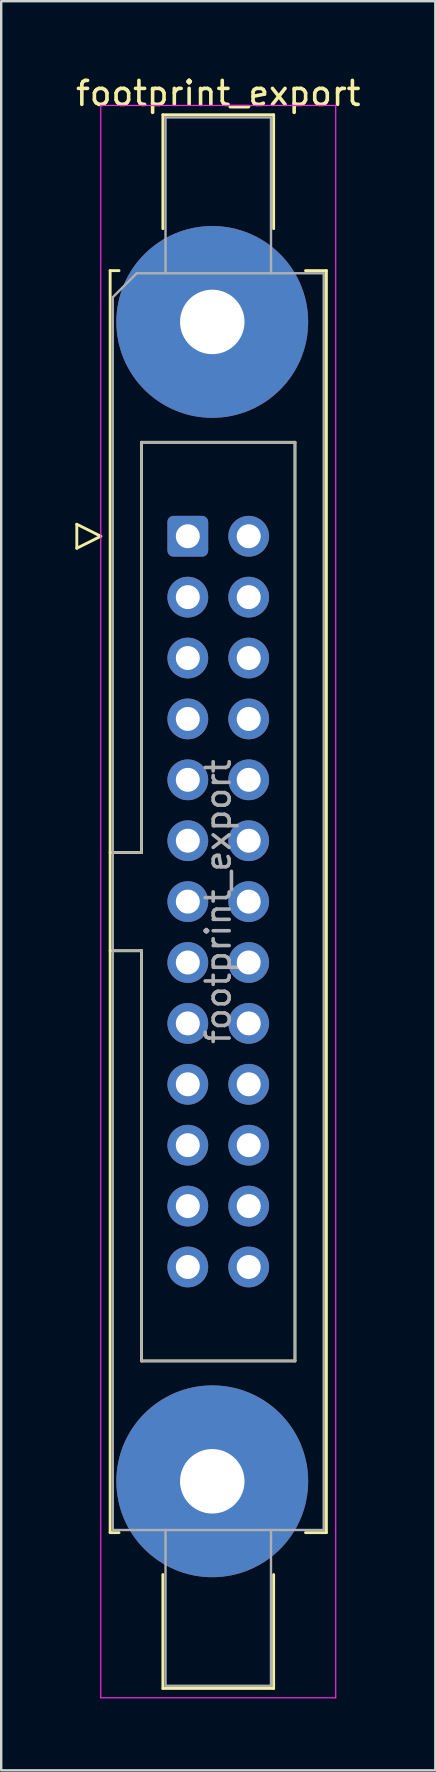
<source format=kicad_pcb>
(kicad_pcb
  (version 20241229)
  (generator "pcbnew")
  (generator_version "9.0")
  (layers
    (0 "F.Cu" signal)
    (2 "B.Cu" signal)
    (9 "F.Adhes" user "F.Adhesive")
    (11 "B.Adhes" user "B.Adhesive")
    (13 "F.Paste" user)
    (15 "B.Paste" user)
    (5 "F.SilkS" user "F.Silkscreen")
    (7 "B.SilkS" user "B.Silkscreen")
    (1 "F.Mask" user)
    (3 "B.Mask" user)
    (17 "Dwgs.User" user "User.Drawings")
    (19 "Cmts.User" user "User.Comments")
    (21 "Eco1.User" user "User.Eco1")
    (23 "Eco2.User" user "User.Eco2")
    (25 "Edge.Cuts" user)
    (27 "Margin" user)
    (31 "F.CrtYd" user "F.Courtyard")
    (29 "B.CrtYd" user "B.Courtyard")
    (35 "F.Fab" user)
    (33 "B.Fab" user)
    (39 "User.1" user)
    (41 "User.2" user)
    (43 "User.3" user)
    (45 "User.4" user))
  (footprint "footprint_export"
    (layer "F.Cu")
    (at 4.784 19.318)
    (property "Reference" "footprint_export" (at 1.27 -18.47 0) (layer "F.SilkS") (effects (font (size 1 1) (thickness 0.15))))
    (attr through_hole)
    (fp_line (start -4.63 -0.5) (end -4.63 0.5) (stroke (width 0.12) (type solid)) (layer "F.SilkS"))
    (fp_line (start -4.63 0.5) (end -3.63 0) (stroke (width 0.12) (type solid)) (layer "F.SilkS"))
    (fp_line (start -3.63 0) (end -4.63 -0.5) (stroke (width 0.12) (type solid)) (layer "F.SilkS"))
    (fp_line (start -3.24 -11.08) (end -3.24 41.56) (stroke (width 0.12) (type solid)) (layer "F.SilkS"))
    (fp_line (start -3.24 13.19) (end -1.93 13.19) (stroke (width 0.12) (type solid)) (layer "F.SilkS"))
    (fp_line (start -3.24 41.56) (end -2.87 41.56) (stroke (width 0.12) (type solid)) (layer "F.SilkS"))
    (fp_line (start -2.87 -11.08) (end -3.24 -11.08) (stroke (width 0.12) (type solid)) (layer "F.SilkS"))
    (fp_line (start -1.93 -3.92) (end 4.47 -3.92) (stroke (width 0.12) (type solid)) (layer "F.SilkS"))
    (fp_line (start -1.93 13.19) (end -1.93 -3.92) (stroke (width 0.12) (type solid)) (layer "F.SilkS"))
    (fp_line (start -1.93 17.29) (end -3.24 17.29) (stroke (width 0.12) (type solid)) (layer "F.SilkS"))
    (fp_line (start -1.93 17.29) (end -1.93 17.29) (stroke (width 0.12) (type solid)) (layer "F.SilkS"))
    (fp_line (start -1.93 34.4) (end -1.93 17.29) (stroke (width 0.12) (type solid)) (layer "F.SilkS"))
    (fp_line (start -1.04 -17.58) (end 3.58 -17.58) (stroke (width 0.12) (type solid)) (layer "F.SilkS"))
    (fp_line (start -1.04 -12.83) (end -1.04 -17.58) (stroke (width 0.12) (type solid)) (layer "F.SilkS"))
    (fp_line (start -1.04 43.31) (end -1.04 48.06) (stroke (width 0.12) (type solid)) (layer "F.SilkS"))
    (fp_line (start -1.04 48.06) (end 3.58 48.06) (stroke (width 0.12) (type solid)) (layer "F.SilkS"))
    (fp_line (start 3.58 -17.58) (end 3.58 -12.83) (stroke (width 0.12) (type solid)) (layer "F.SilkS"))
    (fp_line (start 3.58 48.06) (end 3.58 43.31) (stroke (width 0.12) (type solid)) (layer "F.SilkS"))
    (fp_line (start 4.47 -3.92) (end 4.47 34.4) (stroke (width 0.12) (type solid)) (layer "F.SilkS"))
    (fp_line (start 4.47 34.4) (end -1.93 34.4) (stroke (width 0.12) (type solid)) (layer "F.SilkS"))
    (fp_line (start 4.91 -11.08) (end 5.78 -11.08) (stroke (width 0.12) (type solid)) (layer "F.SilkS"))
    (fp_line (start 5.78 -11.08) (end 5.78 41.56) (stroke (width 0.12) (type solid)) (layer "F.SilkS"))
    (fp_line (start 5.78 41.56) (end 4.91 41.56) (stroke (width 0.12) (type solid)) (layer "F.SilkS"))
    (fp_line (start -3.63 -17.97) (end -3.63 48.45) (stroke (width 0.05) (type solid)) (layer "F.CrtYd"))
    (fp_line (start -3.63 48.45) (end 6.17 48.45) (stroke (width 0.05) (type solid)) (layer "F.CrtYd"))
    (fp_line (start 6.17 -17.97) (end -3.63 -17.97) (stroke (width 0.05) (type solid)) (layer "F.CrtYd"))
    (fp_line (start 6.17 48.45) (end 6.17 -17.97) (stroke (width 0.05) (type solid)) (layer "F.CrtYd"))
    (fp_line (start -3.13 -9.97) (end -2.13 -10.97) (stroke (width 0.1) (type solid)) (layer "F.Fab"))
    (fp_line (start -3.13 13.19) (end -1.93 13.19) (stroke (width 0.1) (type solid)) (layer "F.Fab"))
    (fp_line (start -3.13 41.45) (end -3.13 -9.97) (stroke (width 0.1) (type solid)) (layer "F.Fab"))
    (fp_line (start -2.13 -10.97) (end 5.67 -10.97) (stroke (width 0.1) (type solid)) (layer "F.Fab"))
    (fp_line (start -1.93 -3.92) (end 4.47 -3.92) (stroke (width 0.1) (type solid)) (layer "F.Fab"))
    (fp_line (start -1.93 13.19) (end -1.93 -3.92) (stroke (width 0.1) (type solid)) (layer "F.Fab"))
    (fp_line (start -1.93 17.29) (end -3.13 17.29) (stroke (width 0.1) (type solid)) (layer "F.Fab"))
    (fp_line (start -1.93 17.29) (end -1.93 17.29) (stroke (width 0.1) (type solid)) (layer "F.Fab"))
    (fp_line (start -1.93 34.4) (end -1.93 17.29) (stroke (width 0.1) (type solid)) (layer "F.Fab"))
    (fp_line (start -0.93 -17.47) (end 3.47 -17.47) (stroke (width 0.1) (type solid)) (layer "F.Fab"))
    (fp_line (start -0.93 -10.97) (end -0.93 -17.47) (stroke (width 0.1) (type solid)) (layer "F.Fab"))
    (fp_line (start -0.93 41.45) (end -0.93 47.95) (stroke (width 0.1) (type solid)) (layer "F.Fab"))
    (fp_line (start -0.93 47.95) (end 3.47 47.95) (stroke (width 0.1) (type solid)) (layer "F.Fab"))
    (fp_line (start 3.47 -17.47) (end 3.47 -10.97) (stroke (width 0.1) (type solid)) (layer "F.Fab"))
    (fp_line (start 3.47 47.95) (end 3.47 41.45) (stroke (width 0.1) (type solid)) (layer "F.Fab"))
    (fp_line (start 4.47 -3.92) (end 4.47 34.4) (stroke (width 0.1) (type solid)) (layer "F.Fab"))
    (fp_line (start 4.47 34.4) (end -1.93 34.4) (stroke (width 0.1) (type solid)) (layer "F.Fab"))
    (fp_line (start 5.67 -10.97) (end 5.67 41.45) (stroke (width 0.1) (type solid)) (layer "F.Fab"))
    (fp_line (start 5.67 41.45) (end -3.13 41.45) (stroke (width 0.1) (type solid)) (layer "F.Fab"))
    (fp_text user "${REFERENCE}" (at 1.27 15.24 90) (layer "F.Fab") (effects (font (size 1 1) (thickness 0.15))))
    (pad "1" thru_hole roundrect (at 0 0) (size 1.7 1.7) (drill 1) (layers "*.Cu" "*.Mask") (roundrect_rratio 0.147))
    (pad "2" thru_hole circle (at 2.54 0) (size 1.7 1.7) (drill 1) (layers "*.Cu" "*.Mask"))
    (pad "3" thru_hole circle (at 0 2.54) (size 1.7 1.7) (drill 1) (layers "*.Cu" "*.Mask"))
    (pad "4" thru_hole circle (at 2.54 2.54) (size 1.7 1.7) (drill 1) (layers "*.Cu" "*.Mask"))
    (pad "5" thru_hole circle (at 0 5.08) (size 1.7 1.7) (drill 1) (layers "*.Cu" "*.Mask"))
    (pad "6" thru_hole circle (at 2.54 5.08) (size 1.7 1.7) (drill 1) (layers "*.Cu" "*.Mask"))
    (pad "7" thru_hole circle (at 0 7.62) (size 1.7 1.7) (drill 1) (layers "*.Cu" "*.Mask"))
    (pad "8" thru_hole circle (at 2.54 7.62) (size 1.7 1.7) (drill 1) (layers "*.Cu" "*.Mask"))
    (pad "9" thru_hole circle (at 0 10.16) (size 1.7 1.7) (drill 1) (layers "*.Cu" "*.Mask"))
    (pad "10" thru_hole circle (at 2.54 10.16) (size 1.7 1.7) (drill 1) (layers "*.Cu" "*.Mask"))
    (pad "11" thru_hole circle (at 0 12.7) (size 1.7 1.7) (drill 1) (layers "*.Cu" "*.Mask"))
    (pad "12" thru_hole circle (at 2.54 12.7) (size 1.7 1.7) (drill 1) (layers "*.Cu" "*.Mask"))
    (pad "13" thru_hole circle (at 0 15.24) (size 1.7 1.7) (drill 1) (layers "*.Cu" "*.Mask"))
    (pad "14" thru_hole circle (at 2.54 15.24) (size 1.7 1.7) (drill 1) (layers "*.Cu" "*.Mask"))
    (pad "15" thru_hole circle (at 0 17.78) (size 1.7 1.7) (drill 1) (layers "*.Cu" "*.Mask"))
    (pad "16" thru_hole circle (at 2.54 17.78) (size 1.7 1.7) (drill 1) (layers "*.Cu" "*.Mask"))
    (pad "17" thru_hole circle (at 0 20.32) (size 1.7 1.7) (drill 1) (layers "*.Cu" "*.Mask"))
    (pad "18" thru_hole circle (at 2.54 20.32) (size 1.7 1.7) (drill 1) (layers "*.Cu" "*.Mask"))
    (pad "19" thru_hole circle (at 0 22.86) (size 1.7 1.7) (drill 1) (layers "*.Cu" "*.Mask"))
    (pad "20" thru_hole circle (at 2.54 22.86) (size 1.7 1.7) (drill 1) (layers "*.Cu" "*.Mask"))
    (pad "21" thru_hole circle (at 0 25.4) (size 1.7 1.7) (drill 1) (layers "*.Cu" "*.Mask"))
    (pad "22" thru_hole circle (at 2.54 25.4) (size 1.7 1.7) (drill 1) (layers "*.Cu" "*.Mask"))
    (pad "23" thru_hole circle (at 0 27.94) (size 1.7 1.7) (drill 1) (layers "*.Cu" "*.Mask"))
    (pad "24" thru_hole circle (at 2.54 27.94) (size 1.7 1.7) (drill 1) (layers "*.Cu" "*.Mask"))
    (pad "25" thru_hole circle (at 0 30.48) (size 1.7 1.7) (drill 1) (layers "*.Cu" "*.Mask"))
    (pad "26" thru_hole circle (at 2.54 30.48) (size 1.7 1.7) (drill 1) (layers "*.Cu" "*.Mask"))
    (pad "MP" thru_hole circle (at 1.02 -8.94) (size 8 8) (drill 2.69) (layers "*.Cu" "*.Mask"))
    (pad "MP" thru_hole circle (at 1.02 39.42) (size 8 8) (drill 2.69) (layers "*.Cu" "*.Mask")))
  (gr_rect
    (start -3 -3)
    (end 15.107 70.793)
    (stroke (width 0.1) (type default))
    (fill no)
    (layer "Edge.Cuts")))
</source>
